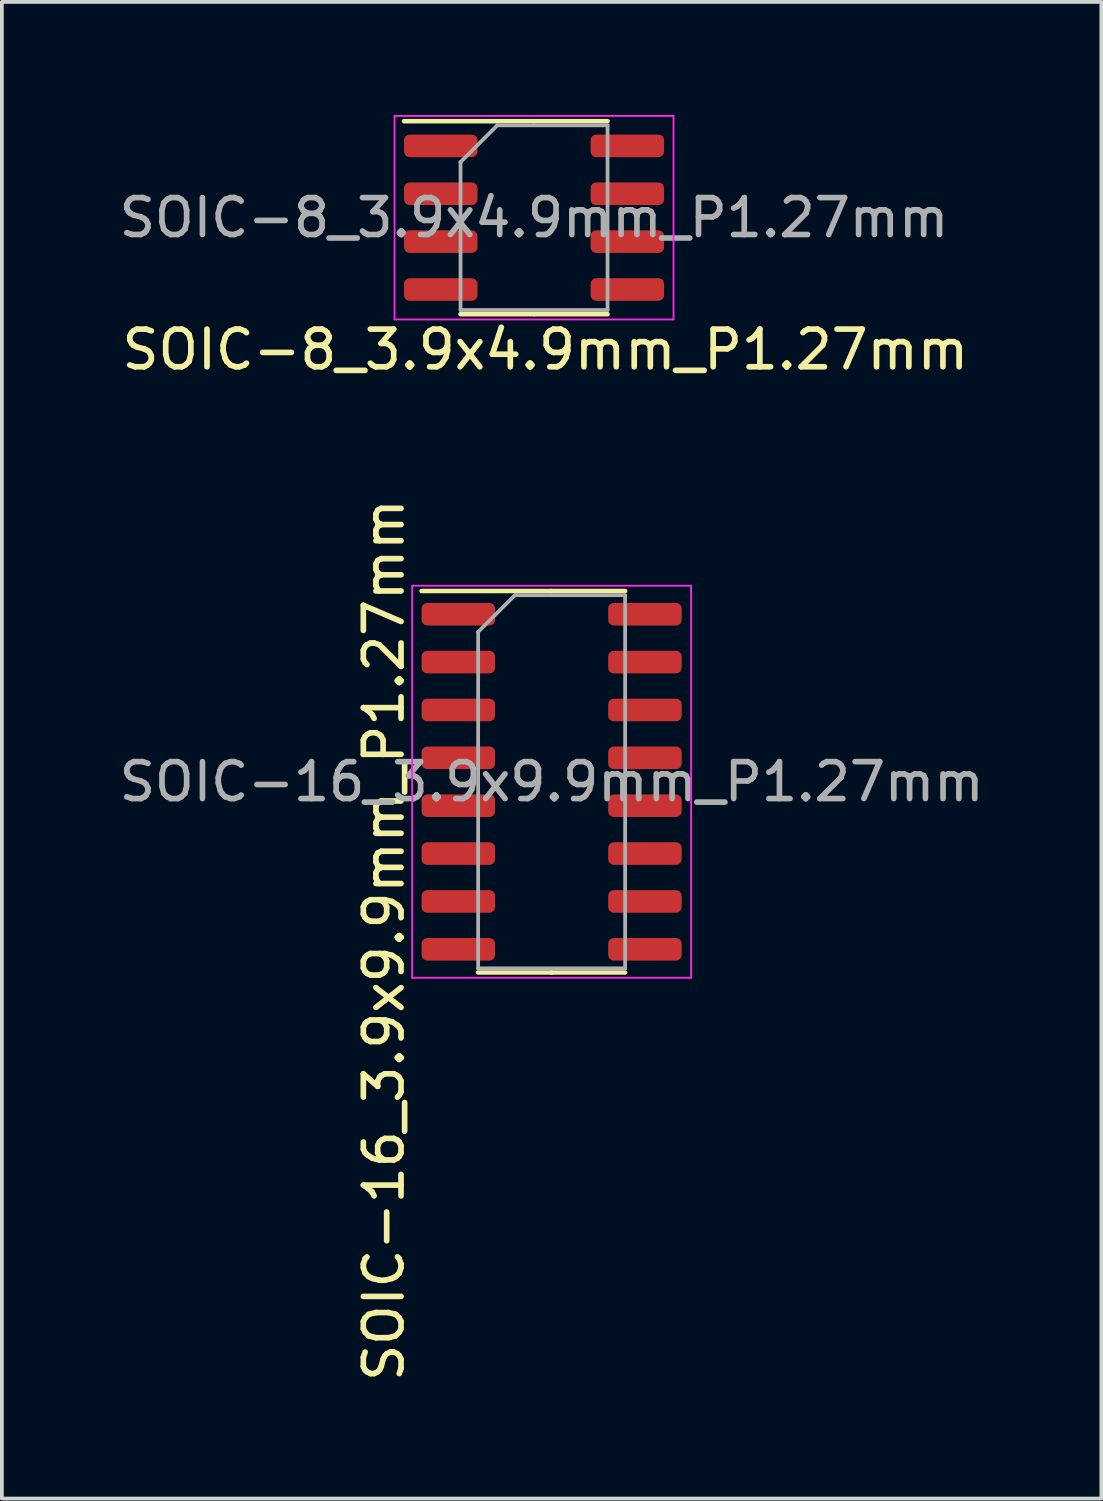
<source format=kicad_pcb>
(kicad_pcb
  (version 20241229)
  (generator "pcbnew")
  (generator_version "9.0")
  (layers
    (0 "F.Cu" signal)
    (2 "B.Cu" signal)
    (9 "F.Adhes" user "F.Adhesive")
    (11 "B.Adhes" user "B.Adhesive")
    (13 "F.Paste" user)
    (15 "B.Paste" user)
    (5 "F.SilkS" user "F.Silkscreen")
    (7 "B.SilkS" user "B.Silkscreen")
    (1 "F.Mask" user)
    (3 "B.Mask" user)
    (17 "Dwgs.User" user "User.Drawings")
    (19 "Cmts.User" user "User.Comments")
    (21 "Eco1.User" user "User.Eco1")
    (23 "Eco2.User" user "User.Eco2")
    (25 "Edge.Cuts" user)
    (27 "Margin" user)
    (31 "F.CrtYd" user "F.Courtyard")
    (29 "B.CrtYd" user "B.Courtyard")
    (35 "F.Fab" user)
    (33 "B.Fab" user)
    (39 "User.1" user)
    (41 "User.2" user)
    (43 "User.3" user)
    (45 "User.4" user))
  (footprint "SOIC-8_3.9x4.9mm_P1.27mm"
    (layer "F.Cu")
    (at 11.117 2.725)
    (property "Reference" "SOIC-8_3.9x4.9mm_P1.27mm" (at 0.3 3.5 0) (layer "F.SilkS") (effects (font (size 1 1) (thickness 0.15))))
    (attr smd)
    (fp_line (start 0 -2.56) (end -3.45 -2.56) (stroke (width 0.12) (type solid)) (layer "F.SilkS"))
    (fp_line (start 0 -2.56) (end 1.95 -2.56) (stroke (width 0.12) (type solid)) (layer "F.SilkS"))
    (fp_line (start 0 2.56) (end -1.95 2.56) (stroke (width 0.12) (type solid)) (layer "F.SilkS"))
    (fp_line (start 0 2.56) (end 1.95 2.56) (stroke (width 0.12) (type solid)) (layer "F.SilkS"))
    (fp_line (start -3.7 -2.7) (end -3.7 2.7) (stroke (width 0.05) (type solid)) (layer "F.CrtYd"))
    (fp_line (start -3.7 2.7) (end 3.7 2.7) (stroke (width 0.05) (type solid)) (layer "F.CrtYd"))
    (fp_line (start 3.7 -2.7) (end -3.7 -2.7) (stroke (width 0.05) (type solid)) (layer "F.CrtYd"))
    (fp_line (start 3.7 2.7) (end 3.7 -2.7) (stroke (width 0.05) (type solid)) (layer "F.CrtYd"))
    (fp_line (start -1.95 -1.475) (end -0.975 -2.45) (stroke (width 0.1) (type solid)) (layer "F.Fab"))
    (fp_line (start -1.95 2.45) (end -1.95 -1.475) (stroke (width 0.1) (type solid)) (layer "F.Fab"))
    (fp_line (start -0.975 -2.45) (end 1.95 -2.45) (stroke (width 0.1) (type solid)) (layer "F.Fab"))
    (fp_line (start 1.95 -2.45) (end 1.95 2.45) (stroke (width 0.1) (type solid)) (layer "F.Fab"))
    (fp_line (start 1.95 2.45) (end -1.95 2.45) (stroke (width 0.1) (type solid)) (layer "F.Fab"))
    (fp_text user "${REFERENCE}" (at 0 0 0) (layer "F.Fab") (effects (font (size 0.98 0.98) (thickness 0.15))))
    (pad "1" smd roundrect (at -2.475 -1.905) (size 1.95 0.6) (layers "F.Cu" "F.Mask" "F.Paste") (roundrect_rratio 0.25))
    (pad "2" smd roundrect (at -2.475 -0.635) (size 1.95 0.6) (layers "F.Cu" "F.Mask" "F.Paste") (roundrect_rratio 0.25))
    (pad "3" smd roundrect (at -2.475 0.635) (size 1.95 0.6) (layers "F.Cu" "F.Mask" "F.Paste") (roundrect_rratio 0.25))
    (pad "4" smd roundrect (at -2.475 1.905) (size 1.95 0.6) (layers "F.Cu" "F.Mask" "F.Paste") (roundrect_rratio 0.25))
    (pad "5" smd roundrect (at 2.475 1.905) (size 1.95 0.6) (layers "F.Cu" "F.Mask" "F.Paste") (roundrect_rratio 0.25))
    (pad "6" smd roundrect (at 2.475 0.635) (size 1.95 0.6) (layers "F.Cu" "F.Mask" "F.Paste") (roundrect_rratio 0.25))
    (pad "7" smd roundrect (at 2.475 -0.635) (size 1.95 0.6) (layers "F.Cu" "F.Mask" "F.Paste") (roundrect_rratio 0.25))
    (pad "8" smd roundrect (at 2.475 -1.905) (size 1.95 0.6) (layers "F.Cu" "F.Mask" "F.Paste") (roundrect_rratio 0.25)))
  (footprint "SOIC-16_3.9x9.9mm_P1.27mm"
    (layer "F.Cu")
    (at 11.584 17.689)
    (property "Reference" "SOIC-16_3.9x9.9mm_P1.27mm" (at -4.45 4.2 270) (layer "F.SilkS") (effects (font (size 1 1) (thickness 0.15))))
    (attr smd)
    (fp_line (start 0 -5.06) (end -3.45 -5.06) (stroke (width 0.12) (type solid)) (layer "F.SilkS"))
    (fp_line (start 0 -5.06) (end 1.95 -5.06) (stroke (width 0.12) (type solid)) (layer "F.SilkS"))
    (fp_line (start 0 5.06) (end -1.95 5.06) (stroke (width 0.12) (type solid)) (layer "F.SilkS"))
    (fp_line (start 0 5.06) (end 1.95 5.06) (stroke (width 0.12) (type solid)) (layer "F.SilkS"))
    (fp_line (start -3.7 -5.2) (end -3.7 5.2) (stroke (width 0.05) (type solid)) (layer "F.CrtYd"))
    (fp_line (start -3.7 5.2) (end 3.7 5.2) (stroke (width 0.05) (type solid)) (layer "F.CrtYd"))
    (fp_line (start 3.7 -5.2) (end -3.7 -5.2) (stroke (width 0.05) (type solid)) (layer "F.CrtYd"))
    (fp_line (start 3.7 5.2) (end 3.7 -5.2) (stroke (width 0.05) (type solid)) (layer "F.CrtYd"))
    (fp_line (start -1.95 -3.975) (end -0.975 -4.95) (stroke (width 0.1) (type solid)) (layer "F.Fab"))
    (fp_line (start -1.95 4.95) (end -1.95 -3.975) (stroke (width 0.1) (type solid)) (layer "F.Fab"))
    (fp_line (start -0.975 -4.95) (end 1.95 -4.95) (stroke (width 0.1) (type solid)) (layer "F.Fab"))
    (fp_line (start 1.95 -4.95) (end 1.95 4.95) (stroke (width 0.1) (type solid)) (layer "F.Fab"))
    (fp_line (start 1.95 4.95) (end -1.95 4.95) (stroke (width 0.1) (type solid)) (layer "F.Fab"))
    (fp_text user "${REFERENCE}" (at 0 0 180) (layer "F.Fab") (effects (font (size 0.98 0.98) (thickness 0.15))))
    (pad "1" smd roundrect (at -2.475 -4.445) (size 1.95 0.6) (layers "F.Cu" "F.Mask" "F.Paste") (roundrect_rratio 0.25))
    (pad "2" smd roundrect (at -2.475 -3.175) (size 1.95 0.6) (layers "F.Cu" "F.Mask" "F.Paste") (roundrect_rratio 0.25))
    (pad "3" smd roundrect (at -2.475 -1.905) (size 1.95 0.6) (layers "F.Cu" "F.Mask" "F.Paste") (roundrect_rratio 0.25))
    (pad "4" smd roundrect (at -2.475 -0.635) (size 1.95 0.6) (layers "F.Cu" "F.Mask" "F.Paste") (roundrect_rratio 0.25))
    (pad "5" smd roundrect (at -2.475 0.635) (size 1.95 0.6) (layers "F.Cu" "F.Mask" "F.Paste") (roundrect_rratio 0.25))
    (pad "6" smd roundrect (at -2.475 1.905) (size 1.95 0.6) (layers "F.Cu" "F.Mask" "F.Paste") (roundrect_rratio 0.25))
    (pad "7" smd roundrect (at -2.475 3.175) (size 1.95 0.6) (layers "F.Cu" "F.Mask" "F.Paste") (roundrect_rratio 0.25))
    (pad "8" smd roundrect (at -2.475 4.445) (size 1.95 0.6) (layers "F.Cu" "F.Mask" "F.Paste") (roundrect_rratio 0.25))
    (pad "9" smd roundrect (at 2.475 4.445) (size 1.95 0.6) (layers "F.Cu" "F.Mask" "F.Paste") (roundrect_rratio 0.25))
    (pad "10" smd roundrect (at 2.475 3.175) (size 1.95 0.6) (layers "F.Cu" "F.Mask" "F.Paste") (roundrect_rratio 0.25))
    (pad "11" smd roundrect (at 2.475 1.905) (size 1.95 0.6) (layers "F.Cu" "F.Mask" "F.Paste") (roundrect_rratio 0.25))
    (pad "12" smd roundrect (at 2.475 0.635) (size 1.95 0.6) (layers "F.Cu" "F.Mask" "F.Paste") (roundrect_rratio 0.25))
    (pad "13" smd roundrect (at 2.475 -0.635) (size 1.95 0.6) (layers "F.Cu" "F.Mask" "F.Paste") (roundrect_rratio 0.25))
    (pad "14" smd roundrect (at 2.475 -1.905) (size 1.95 0.6) (layers "F.Cu" "F.Mask" "F.Paste") (roundrect_rratio 0.25))
    (pad "15" smd roundrect (at 2.475 -3.175) (size 1.95 0.6) (layers "F.Cu" "F.Mask" "F.Paste") (roundrect_rratio 0.25))
    (pad "16" smd roundrect (at 2.475 -4.445) (size 1.95 0.6) (layers "F.Cu" "F.Mask" "F.Paste") (roundrect_rratio 0.25)))
  (gr_rect
    (start -3 -3)
    (end 26.167 36.704)
    (stroke (width 0.1) (type default))
    (fill no)
    (layer "Edge.Cuts")))
</source>
